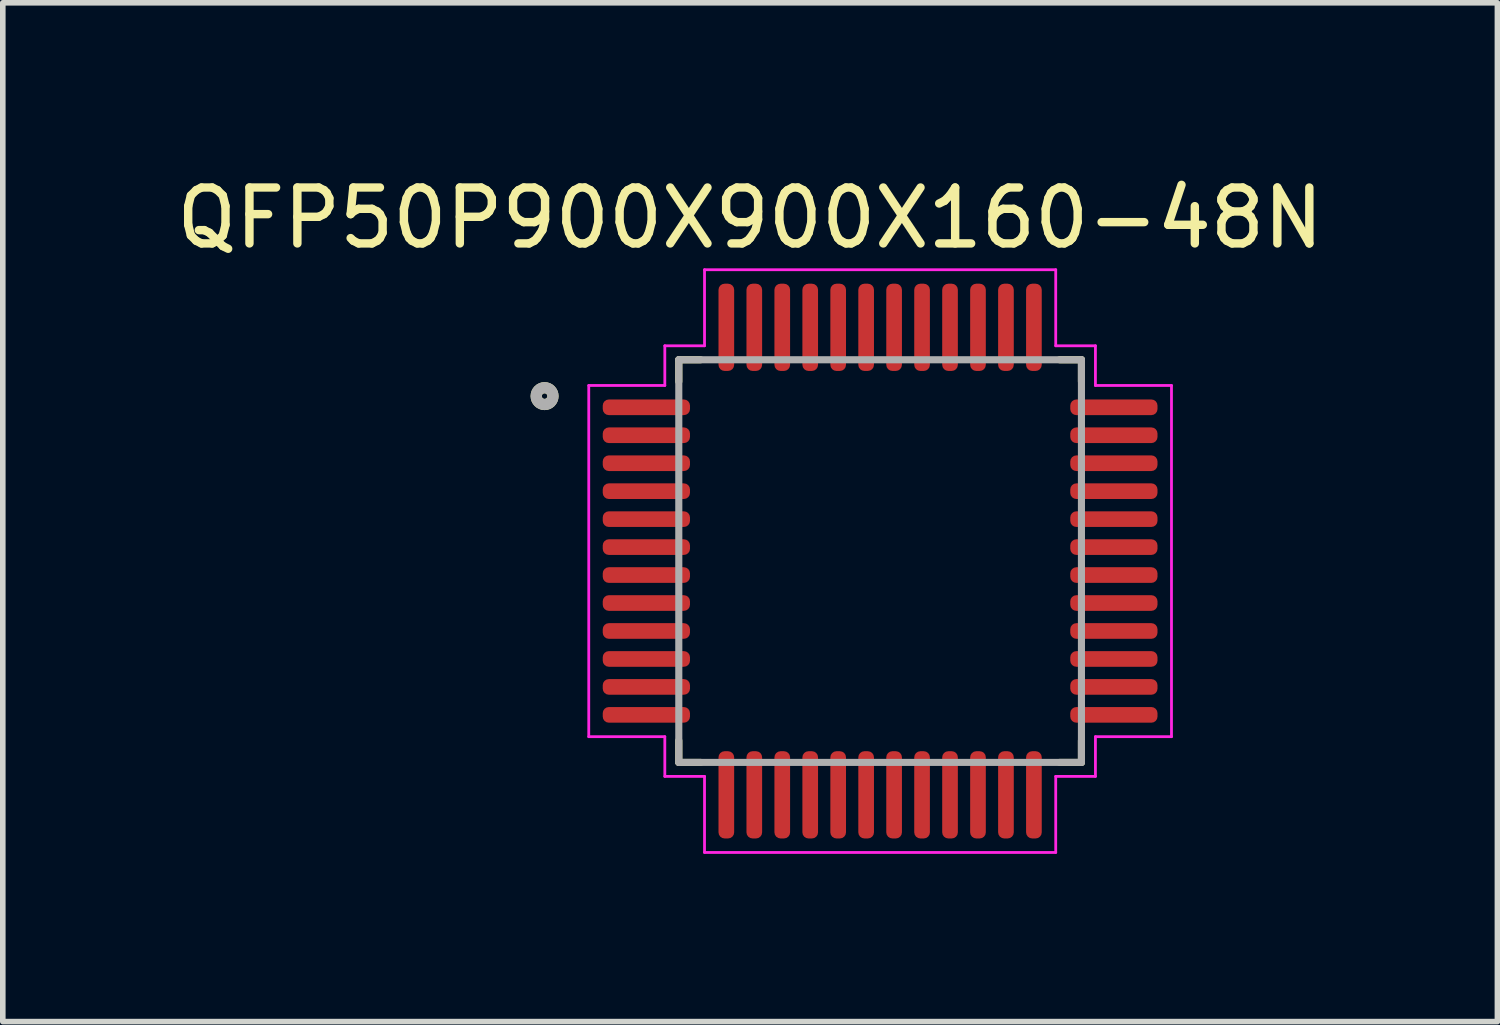
<source format=kicad_pcb>
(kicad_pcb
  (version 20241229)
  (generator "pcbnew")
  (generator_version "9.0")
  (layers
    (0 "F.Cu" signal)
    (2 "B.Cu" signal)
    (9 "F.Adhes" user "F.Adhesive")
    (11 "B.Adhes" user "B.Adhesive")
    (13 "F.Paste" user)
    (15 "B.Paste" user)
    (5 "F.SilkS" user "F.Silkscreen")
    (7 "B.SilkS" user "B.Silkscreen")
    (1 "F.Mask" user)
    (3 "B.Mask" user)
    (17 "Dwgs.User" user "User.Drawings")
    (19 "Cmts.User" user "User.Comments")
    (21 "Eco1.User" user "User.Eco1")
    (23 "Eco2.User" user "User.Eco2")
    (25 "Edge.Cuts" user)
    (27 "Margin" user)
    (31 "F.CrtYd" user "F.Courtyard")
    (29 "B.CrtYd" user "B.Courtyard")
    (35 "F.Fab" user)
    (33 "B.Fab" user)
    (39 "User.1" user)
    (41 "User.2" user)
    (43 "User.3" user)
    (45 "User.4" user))
  (footprint "QFP50P900X900X160-48N"
    (layer "F.Cu")
    (at 12.688 6.983)
    (property "Reference" "QFP50P900X900X160-48N" (at -2.325 -6.135 0) (layer "F.SilkS") (effects (font (size 1 1) (thickness 0.15))))
    (attr smd)
    (fp_line (start -3.6 -3.6) (end -3.6 -3.21) (stroke (width 0.127) (type solid)) (layer "F.SilkS"))
    (fp_line (start -3.6 3.21) (end -3.6 3.6) (stroke (width 0.127) (type solid)) (layer "F.SilkS"))
    (fp_line (start -3.6 3.6) (end -3.21 3.6) (stroke (width 0.127) (type solid)) (layer "F.SilkS"))
    (fp_line (start -3.21 -3.6) (end -3.6 -3.6) (stroke (width 0.127) (type solid)) (layer "F.SilkS"))
    (fp_line (start 3.21 3.6) (end 3.6 3.6) (stroke (width 0.127) (type solid)) (layer "F.SilkS"))
    (fp_line (start 3.6 -3.6) (end 3.21 -3.6) (stroke (width 0.127) (type solid)) (layer "F.SilkS"))
    (fp_line (start 3.6 -3.21) (end 3.6 -3.6) (stroke (width 0.127) (type solid)) (layer "F.SilkS"))
    (fp_line (start 3.6 3.6) (end 3.6 3.21) (stroke (width 0.127) (type solid)) (layer "F.SilkS"))
    (fp_circle (center -6 -2.95) (end -5.85 -2.95) (stroke (width 0.2) (type solid)) (fill no) (layer "F.SilkS"))
    (fp_line (start -5.21 -3.14) (end -3.85 -3.14) (stroke (width 0.05) (type solid)) (layer "F.CrtYd"))
    (fp_line (start -5.21 3.14) (end -5.21 -3.14) (stroke (width 0.05) (type solid)) (layer "F.CrtYd"))
    (fp_line (start -3.85 -3.85) (end -3.14 -3.85) (stroke (width 0.05) (type solid)) (layer "F.CrtYd"))
    (fp_line (start -3.85 -3.14) (end -3.85 -3.85) (stroke (width 0.05) (type solid)) (layer "F.CrtYd"))
    (fp_line (start -3.85 3.14) (end -5.21 3.14) (stroke (width 0.05) (type solid)) (layer "F.CrtYd"))
    (fp_line (start -3.85 3.85) (end -3.85 3.14) (stroke (width 0.05) (type solid)) (layer "F.CrtYd"))
    (fp_line (start -3.14 -5.21) (end 3.14 -5.21) (stroke (width 0.05) (type solid)) (layer "F.CrtYd"))
    (fp_line (start -3.14 -3.85) (end -3.14 -5.21) (stroke (width 0.05) (type solid)) (layer "F.CrtYd"))
    (fp_line (start -3.14 3.85) (end -3.85 3.85) (stroke (width 0.05) (type solid)) (layer "F.CrtYd"))
    (fp_line (start -3.14 5.21) (end -3.14 3.85) (stroke (width 0.05) (type solid)) (layer "F.CrtYd"))
    (fp_line (start 3.14 -5.21) (end 3.14 -3.85) (stroke (width 0.05) (type solid)) (layer "F.CrtYd"))
    (fp_line (start 3.14 -3.85) (end 3.85 -3.85) (stroke (width 0.05) (type solid)) (layer "F.CrtYd"))
    (fp_line (start 3.14 3.85) (end 3.14 5.21) (stroke (width 0.05) (type solid)) (layer "F.CrtYd"))
    (fp_line (start 3.14 5.21) (end -3.14 5.21) (stroke (width 0.05) (type solid)) (layer "F.CrtYd"))
    (fp_line (start 3.85 -3.85) (end 3.85 -3.14) (stroke (width 0.05) (type solid)) (layer "F.CrtYd"))
    (fp_line (start 3.85 -3.14) (end 5.21 -3.14) (stroke (width 0.05) (type solid)) (layer "F.CrtYd"))
    (fp_line (start 3.85 3.14) (end 3.85 3.85) (stroke (width 0.05) (type solid)) (layer "F.CrtYd"))
    (fp_line (start 3.85 3.85) (end 3.14 3.85) (stroke (width 0.05) (type solid)) (layer "F.CrtYd"))
    (fp_line (start 5.21 -3.14) (end 5.21 3.14) (stroke (width 0.05) (type solid)) (layer "F.CrtYd"))
    (fp_line (start 5.21 3.14) (end 3.85 3.14) (stroke (width 0.05) (type solid)) (layer "F.CrtYd"))
    (fp_line (start -3.6 -3.6) (end 3.6 -3.6) (stroke (width 0.127) (type solid)) (layer "F.Fab"))
    (fp_line (start -3.6 3.6) (end -3.6 -3.6) (stroke (width 0.127) (type solid)) (layer "F.Fab"))
    (fp_line (start 3.6 -3.6) (end 3.6 3.6) (stroke (width 0.127) (type solid)) (layer "F.Fab"))
    (fp_line (start 3.6 3.6) (end -3.6 3.6) (stroke (width 0.127) (type solid)) (layer "F.Fab"))
    (fp_circle (center -6 -2.95) (end -5.85 -2.95) (stroke (width 0.2) (type solid)) (fill no) (layer "F.Fab"))
    (pad "1" smd roundrect (at -4.18 -2.75 90) (size 0.28 1.56) (layers "F.Cu" "F.Mask" "F.Paste") (roundrect_rratio 0.39))
    (pad "2" smd roundrect (at -4.18 -2.25 90) (size 0.28 1.56) (layers "F.Cu" "F.Mask" "F.Paste") (roundrect_rratio 0.39))
    (pad "3" smd roundrect (at -4.18 -1.75 90) (size 0.28 1.56) (layers "F.Cu" "F.Mask" "F.Paste") (roundrect_rratio 0.39))
    (pad "4" smd roundrect (at -4.18 -1.25 90) (size 0.28 1.56) (layers "F.Cu" "F.Mask" "F.Paste") (roundrect_rratio 0.39))
    (pad "5" smd roundrect (at -4.18 -0.75 90) (size 0.28 1.56) (layers "F.Cu" "F.Mask" "F.Paste") (roundrect_rratio 0.39))
    (pad "6" smd roundrect (at -4.18 -0.25 90) (size 0.28 1.56) (layers "F.Cu" "F.Mask" "F.Paste") (roundrect_rratio 0.39))
    (pad "7" smd roundrect (at -4.18 0.25 90) (size 0.28 1.56) (layers "F.Cu" "F.Mask" "F.Paste") (roundrect_rratio 0.39))
    (pad "8" smd roundrect (at -4.18 0.75 90) (size 0.28 1.56) (layers "F.Cu" "F.Mask" "F.Paste") (roundrect_rratio 0.39))
    (pad "9" smd roundrect (at -4.18 1.25 90) (size 0.28 1.56) (layers "F.Cu" "F.Mask" "F.Paste") (roundrect_rratio 0.39))
    (pad "10" smd roundrect (at -4.18 1.75 90) (size 0.28 1.56) (layers "F.Cu" "F.Mask" "F.Paste") (roundrect_rratio 0.39))
    (pad "11" smd roundrect (at -4.18 2.25 90) (size 0.28 1.56) (layers "F.Cu" "F.Mask" "F.Paste") (roundrect_rratio 0.39))
    (pad "12" smd roundrect (at -4.18 2.75 90) (size 0.28 1.56) (layers "F.Cu" "F.Mask" "F.Paste") (roundrect_rratio 0.39))
    (pad "13" smd roundrect (at -2.75 4.18) (size 0.28 1.56) (layers "F.Cu" "F.Mask" "F.Paste") (roundrect_rratio 0.39))
    (pad "14" smd roundrect (at -2.25 4.18) (size 0.28 1.56) (layers "F.Cu" "F.Mask" "F.Paste") (roundrect_rratio 0.39))
    (pad "15" smd roundrect (at -1.75 4.18) (size 0.28 1.56) (layers "F.Cu" "F.Mask" "F.Paste") (roundrect_rratio 0.39))
    (pad "16" smd roundrect (at -1.25 4.18) (size 0.28 1.56) (layers "F.Cu" "F.Mask" "F.Paste") (roundrect_rratio 0.39))
    (pad "17" smd roundrect (at -0.75 4.18) (size 0.28 1.56) (layers "F.Cu" "F.Mask" "F.Paste") (roundrect_rratio 0.39))
    (pad "18" smd roundrect (at -0.25 4.18) (size 0.28 1.56) (layers "F.Cu" "F.Mask" "F.Paste") (roundrect_rratio 0.39))
    (pad "19" smd roundrect (at 0.25 4.18) (size 0.28 1.56) (layers "F.Cu" "F.Mask" "F.Paste") (roundrect_rratio 0.39))
    (pad "20" smd roundrect (at 0.75 4.18) (size 0.28 1.56) (layers "F.Cu" "F.Mask" "F.Paste") (roundrect_rratio 0.39))
    (pad "21" smd roundrect (at 1.25 4.18) (size 0.28 1.56) (layers "F.Cu" "F.Mask" "F.Paste") (roundrect_rratio 0.39))
    (pad "22" smd roundrect (at 1.75 4.18) (size 0.28 1.56) (layers "F.Cu" "F.Mask" "F.Paste") (roundrect_rratio 0.39))
    (pad "23" smd roundrect (at 2.25 4.18) (size 0.28 1.56) (layers "F.Cu" "F.Mask" "F.Paste") (roundrect_rratio 0.39))
    (pad "24" smd roundrect (at 2.75 4.18) (size 0.28 1.56) (layers "F.Cu" "F.Mask" "F.Paste") (roundrect_rratio 0.39))
    (pad "25" smd roundrect (at 4.18 2.75 90) (size 0.28 1.56) (layers "F.Cu" "F.Mask" "F.Paste") (roundrect_rratio 0.39))
    (pad "26" smd roundrect (at 4.18 2.25 90) (size 0.28 1.56) (layers "F.Cu" "F.Mask" "F.Paste") (roundrect_rratio 0.39))
    (pad "27" smd roundrect (at 4.18 1.75 90) (size 0.28 1.56) (layers "F.Cu" "F.Mask" "F.Paste") (roundrect_rratio 0.39))
    (pad "28" smd roundrect (at 4.18 1.25 90) (size 0.28 1.56) (layers "F.Cu" "F.Mask" "F.Paste") (roundrect_rratio 0.39))
    (pad "29" smd roundrect (at 4.18 0.75 90) (size 0.28 1.56) (layers "F.Cu" "F.Mask" "F.Paste") (roundrect_rratio 0.39))
    (pad "30" smd roundrect (at 4.18 0.25 90) (size 0.28 1.56) (layers "F.Cu" "F.Mask" "F.Paste") (roundrect_rratio 0.39))
    (pad "31" smd roundrect (at 4.18 -0.25 90) (size 0.28 1.56) (layers "F.Cu" "F.Mask" "F.Paste") (roundrect_rratio 0.39))
    (pad "32" smd roundrect (at 4.18 -0.75 90) (size 0.28 1.56) (layers "F.Cu" "F.Mask" "F.Paste") (roundrect_rratio 0.39))
    (pad "33" smd roundrect (at 4.18 -1.25 90) (size 0.28 1.56) (layers "F.Cu" "F.Mask" "F.Paste") (roundrect_rratio 0.39))
    (pad "34" smd roundrect (at 4.18 -1.75 90) (size 0.28 1.56) (layers "F.Cu" "F.Mask" "F.Paste") (roundrect_rratio 0.39))
    (pad "35" smd roundrect (at 4.18 -2.25 90) (size 0.28 1.56) (layers "F.Cu" "F.Mask" "F.Paste") (roundrect_rratio 0.39))
    (pad "36" smd roundrect (at 4.18 -2.75 90) (size 0.28 1.56) (layers "F.Cu" "F.Mask" "F.Paste") (roundrect_rratio 0.39))
    (pad "37" smd roundrect (at 2.75 -4.18) (size 0.28 1.56) (layers "F.Cu" "F.Mask" "F.Paste") (roundrect_rratio 0.39))
    (pad "38" smd roundrect (at 2.25 -4.18) (size 0.28 1.56) (layers "F.Cu" "F.Mask" "F.Paste") (roundrect_rratio 0.39))
    (pad "39" smd roundrect (at 1.75 -4.18) (size 0.28 1.56) (layers "F.Cu" "F.Mask" "F.Paste") (roundrect_rratio 0.39))
    (pad "40" smd roundrect (at 1.25 -4.18) (size 0.28 1.56) (layers "F.Cu" "F.Mask" "F.Paste") (roundrect_rratio 0.39))
    (pad "41" smd roundrect (at 0.75 -4.18) (size 0.28 1.56) (layers "F.Cu" "F.Mask" "F.Paste") (roundrect_rratio 0.39))
    (pad "42" smd roundrect (at 0.25 -4.18) (size 0.28 1.56) (layers "F.Cu" "F.Mask" "F.Paste") (roundrect_rratio 0.39))
    (pad "43" smd roundrect (at -0.25 -4.18) (size 0.28 1.56) (layers "F.Cu" "F.Mask" "F.Paste") (roundrect_rratio 0.39))
    (pad "44" smd roundrect (at -0.75 -4.18) (size 0.28 1.56) (layers "F.Cu" "F.Mask" "F.Paste") (roundrect_rratio 0.39))
    (pad "45" smd roundrect (at -1.25 -4.18) (size 0.28 1.56) (layers "F.Cu" "F.Mask" "F.Paste") (roundrect_rratio 0.39))
    (pad "46" smd roundrect (at -1.75 -4.18) (size 0.28 1.56) (layers "F.Cu" "F.Mask" "F.Paste") (roundrect_rratio 0.39))
    (pad "47" smd roundrect (at -2.25 -4.18) (size 0.28 1.56) (layers "F.Cu" "F.Mask" "F.Paste") (roundrect_rratio 0.39))
    (pad "48" smd roundrect (at -2.75 -4.18) (size 0.28 1.56) (layers "F.Cu" "F.Mask" "F.Paste") (roundrect_rratio 0.39)))
  (gr_rect
    (start -3 -3)
    (end 23.726 15.218)
    (stroke (width 0.1) (type default))
    (fill no)
    (layer "Edge.Cuts")))
</source>
